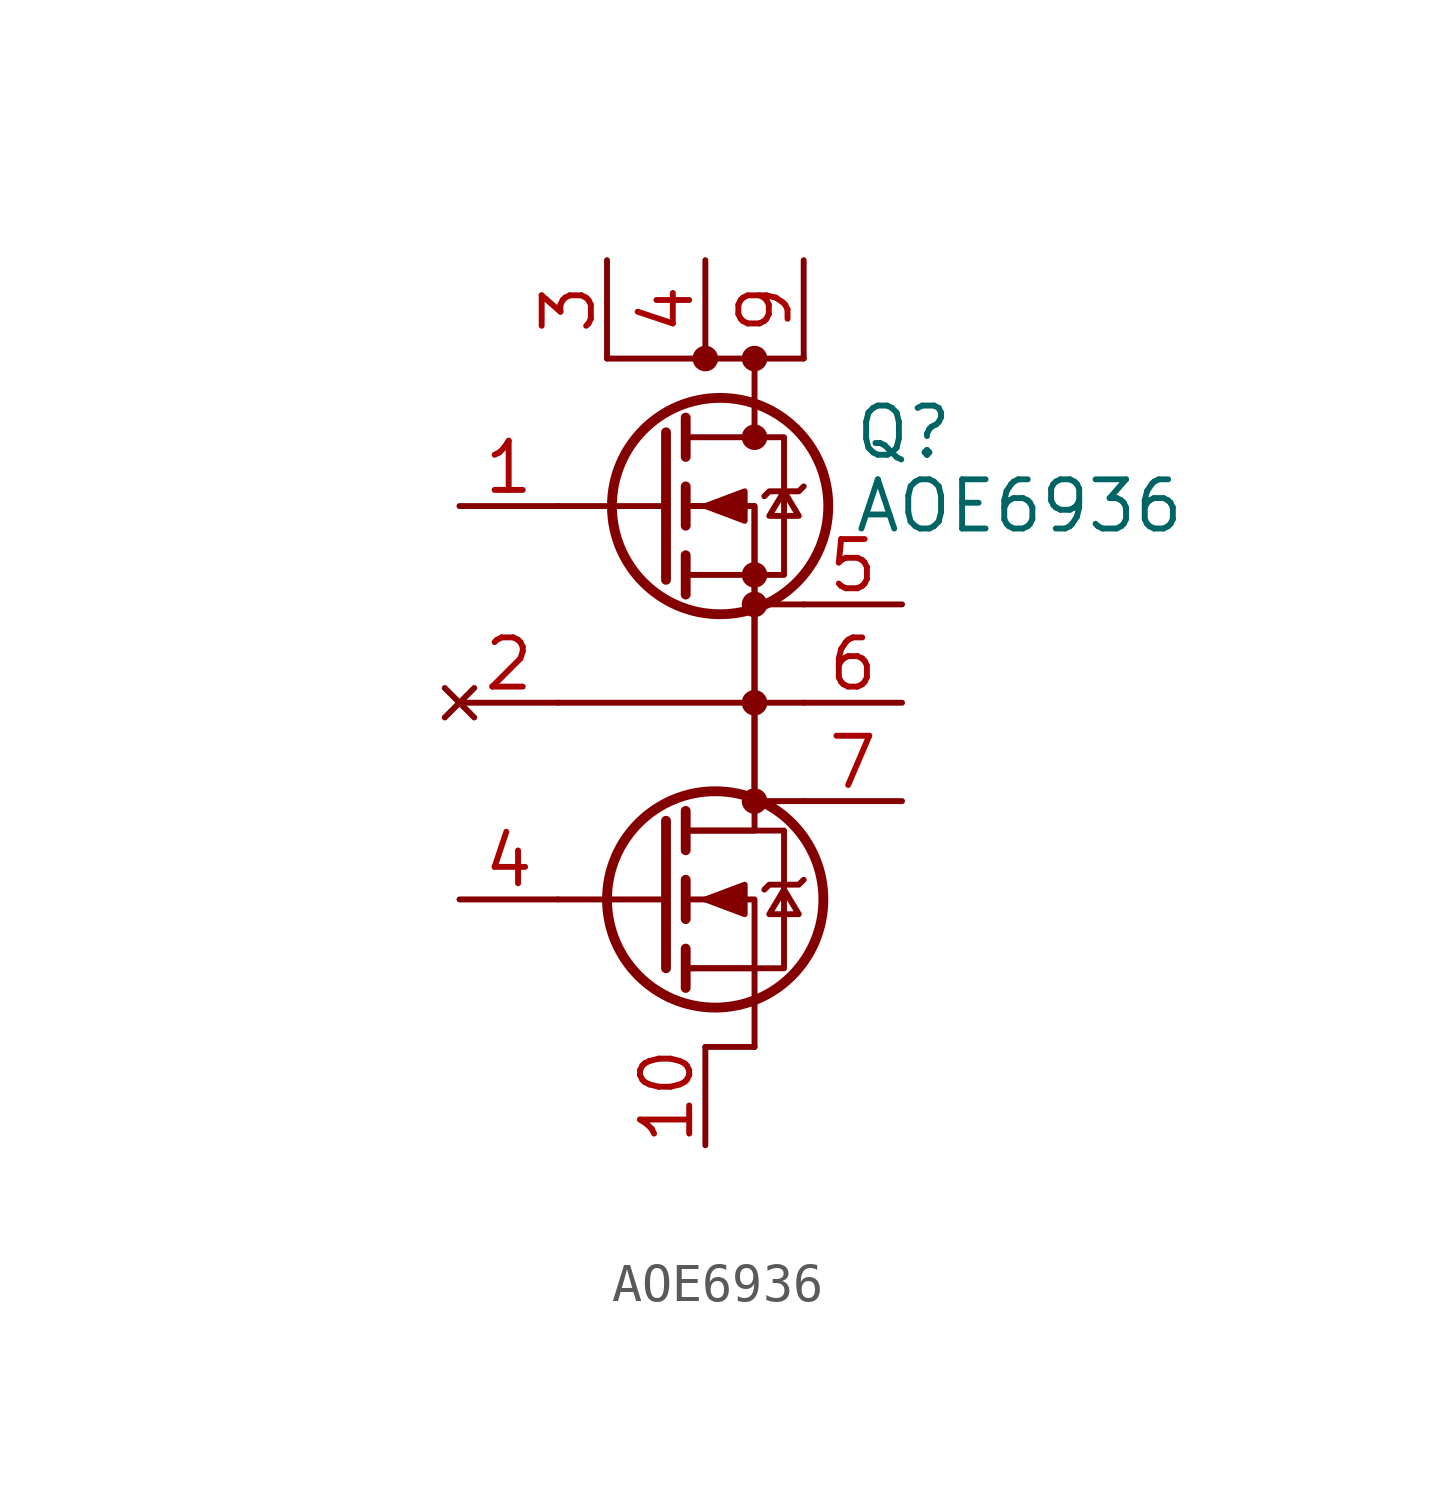
<source format=kicad_sym>
(kicad_symbol_lib
  (version 20241209)
  (generator "kicad_symbol_editor")
  (generator_version "9.0")
  (symbol "AOE6936"
    (pin_names
      (hide yes))
    (property "Reference" "Q"
      (at 5.08 1.905 0)
      (effects (font (size 1.27 1.27)) (justify left)))
    (property "Value" "AOE6936"
      (at 5.08 0 0)
      (effects (font (size 1.27 1.27)) (justify left)))
    (symbol "AOE6936_0_1"
      (polyline (pts (xy -1.27 3.81) (xy 3.81 3.81)) (stroke (width 0) (type default)) (fill (type none)))
      (polyline (pts (xy 0.254 1.905) (xy 0.254 -1.905)) (stroke (width 0.254) (type default)) (fill (type none)))
      (polyline (pts (xy 0.254 0) (xy -2.54 0)) (stroke (width 0) (type default)) (fill (type none)))
      (polyline (pts (xy 0.254 -8.128) (xy 0.254 -11.938)) (stroke (width 0.254) (type default)) (fill (type none)))
      (polyline (pts (xy 0.254 -10.16) (xy -2.54 -10.16)) (stroke (width 0) (type default)) (fill (type none)))
      (polyline (pts (xy 0.762 2.286) (xy 0.762 1.27)) (stroke (width 0.254) (type default)) (fill (type none)))
      (polyline (pts (xy 0.762 1.778) (xy 3.302 1.778) (xy 3.302 -1.778) (xy 0.762 -1.778)) (stroke (width 0) (type default)) (fill (type none)))
      (polyline (pts (xy 0.762 0.508) (xy 0.762 -0.508)) (stroke (width 0.254) (type default)) (fill (type none)))
      (polyline (pts (xy 0.762 0) (xy 2.54 0) (xy 2.54 -8.382) (xy 0.762 -8.382)) (stroke (width 0) (type default)) (fill (type none)))
      (polyline (pts (xy 0.762 -1.27) (xy 0.762 -2.286)) (stroke (width 0.254) (type default)) (fill (type none)))
      (polyline (pts (xy 0.762 -7.874) (xy 0.762 -8.89)) (stroke (width 0.254) (type default)) (fill (type none)))
      (polyline (pts (xy 0.762 -8.382) (xy 3.302 -8.382) (xy 3.302 -11.938) (xy 0.762 -11.938)) (stroke (width 0) (type default)) (fill (type none)))
      (polyline (pts (xy 0.762 -9.652) (xy 0.762 -10.668)) (stroke (width 0.254) (type default)) (fill (type none)))
      (polyline (pts (xy 0.762 -10.16) (xy 2.54 -10.16) (xy 2.54 -11.938) (xy 0.762 -11.938)) (stroke (width 0) (type default)) (fill (type none)))
      (polyline (pts (xy 0.762 -11.43) (xy 0.762 -12.446)) (stroke (width 0.254) (type default)) (fill (type none)))
      (circle (center 1.27 3.81) (radius 0.254) (stroke (width 0) (type default)) (fill (type outline)))
      (polyline (pts (xy 1.27 0) (xy 2.286 -0.381) (xy 2.286 0.381) (xy 1.27 0)) (stroke (width 0) (type default)) (fill (type outline)))
      (polyline (pts (xy 1.27 -10.16) (xy 2.286 -10.541) (xy 2.286 -9.779) (xy 1.27 -10.16)) (stroke (width 0) (type default)) (fill (type outline)))
      (polyline (pts (xy 1.27 -13.97) (xy 2.54 -13.97)) (stroke (width 0) (type default)) (fill (type none)))
      (circle (center 1.524 -10.16) (radius 2.794) (stroke (width 0.254) (type default)) (fill (type none)))
      (circle (center 1.651 0) (radius 2.794) (stroke (width 0.254) (type default)) (fill (type none)))
      (polyline (pts (xy 2.54 3.81) (xy 2.54 1.778)) (stroke (width 0) (type default)) (fill (type none)))
      (circle (center 2.54 3.81) (radius 0.254) (stroke (width 0) (type default)) (fill (type outline)))
      (circle (center 2.54 1.778) (radius 0.254) (stroke (width 0) (type default)) (fill (type outline)))
      (circle (center 2.54 -1.778) (radius 0.254) (stroke (width 0) (type default)) (fill (type outline)))
      (circle (center 2.54 -2.54) (radius 0.254) (stroke (width 0) (type default)) (fill (type outline)))
      (circle (center 2.54 -5.08) (radius 0.254) (stroke (width 0) (type default)) (fill (type outline)))
      (polyline (pts (xy 2.54 -7.62) (xy 2.54 0) (xy 0.762 0)) (stroke (width 0) (type default)) (fill (type none)))
      (circle (center 2.54 -7.62) (radius 0.254) (stroke (width 0) (type default)) (fill (type outline)))
      (polyline (pts (xy 2.54 -11.938) (xy 2.54 -13.97)) (stroke (width 0) (type default)) (fill (type none)))
      (polyline (pts (xy 2.794 0.254) (xy 2.921 0.381) (xy 3.683 0.381) (xy 3.81 0.508)) (stroke (width 0) (type default)) (fill (type none)))
      (polyline (pts (xy 2.794 -9.906) (xy 2.921 -9.779) (xy 3.683 -9.779) (xy 3.81 -9.652)) (stroke (width 0) (type default)) (fill (type none)))
      (polyline (pts (xy 3.302 0.381) (xy 3.683 -0.254) (xy 2.921 -0.254) (xy 3.302 0.381)) (stroke (width 0) (type default)) (fill (type none)))
      (polyline (pts (xy 3.302 -9.906) (xy 3.683 -10.541) (xy 2.921 -10.541) (xy 3.302 -9.906)) (stroke (width 0) (type default)) (fill (type none)))
      (polyline (pts (xy 3.81 -2.54) (xy 2.54 -2.54)) (stroke (width 0) (type default)) (fill (type none)))
      (polyline (pts (xy 3.81 -5.08) (xy -2.54 -5.08)) (stroke (width 0) (type default)) (fill (type none)))
      (polyline (pts (xy 3.81 -7.62) (xy 2.54 -7.62)) (stroke (width 0) (type default)) (fill (type none))))
    (symbol "AOE6936_1_1"
      (pin passive line (at -10.16 -7.62 90) (length 2.54) (hide yes) (name "S" (effects (font (size 1.27 1.27)))) (number "3" (effects (font (size 1.27 1.27)))))
      (pin passive line (at -5.08 0 0) (length 2.54) (name "G1" (effects (font (size 1.27 1.27)))) (number "1" (effects (font (size 1.27 1.27)))))
      (pin no_connect line (at -5.08 -5.08 0) (length 2.54) (name "S1/D2" (effects (font (size 1.27 1.27)))) (number "2" (effects (font (size 1.27 1.27)))))
      (pin input line (at -5.08 -10.16 0) (length 2.54) (name "G" (effects (font (size 1.27 1.27)))) (number "4" (effects (font (size 1.27 1.27)))))
      (pin passive line (at -1.27 6.35 270) (length 2.54) (name "D1" (effects (font (size 1.27 1.27)))) (number "3" (effects (font (size 1.27 1.27)))))
      (pin passive line (at 1.27 6.35 270) (length 2.54) (name "D1" (effects (font (size 1.27 1.27)))) (number "4" (effects (font (size 1.27 1.27)))))
      (pin passive line (at 1.27 -16.51 90) (length 2.54) (name "S2" (effects (font (size 1.27 1.27)))) (number "10" (effects (font (size 1.27 1.27)))))
      (pin passive line (at 3.81 6.35 270) (length 2.54) (name "D1" (effects (font (size 1.27 1.27)))) (number "9" (effects (font (size 1.27 1.27)))))
      (pin passive line (at 6.35 -2.54 180) (length 2.54) (name "D2/S1" (effects (font (size 1.27 1.27)))) (number "5" (effects (font (size 1.27 1.27)))))
      (pin passive line (at 6.35 -5.08 180) (length 2.54) (name "D2/S1" (effects (font (size 1.27 1.27)))) (number "6" (effects (font (size 1.27 1.27)))))
      (pin passive line (at 6.35 -7.62 180) (length 2.54) (name "D2/S1" (effects (font (size 1.27 1.27)))) (number "7" (effects (font (size 1.27 1.27))))))))
</source>
